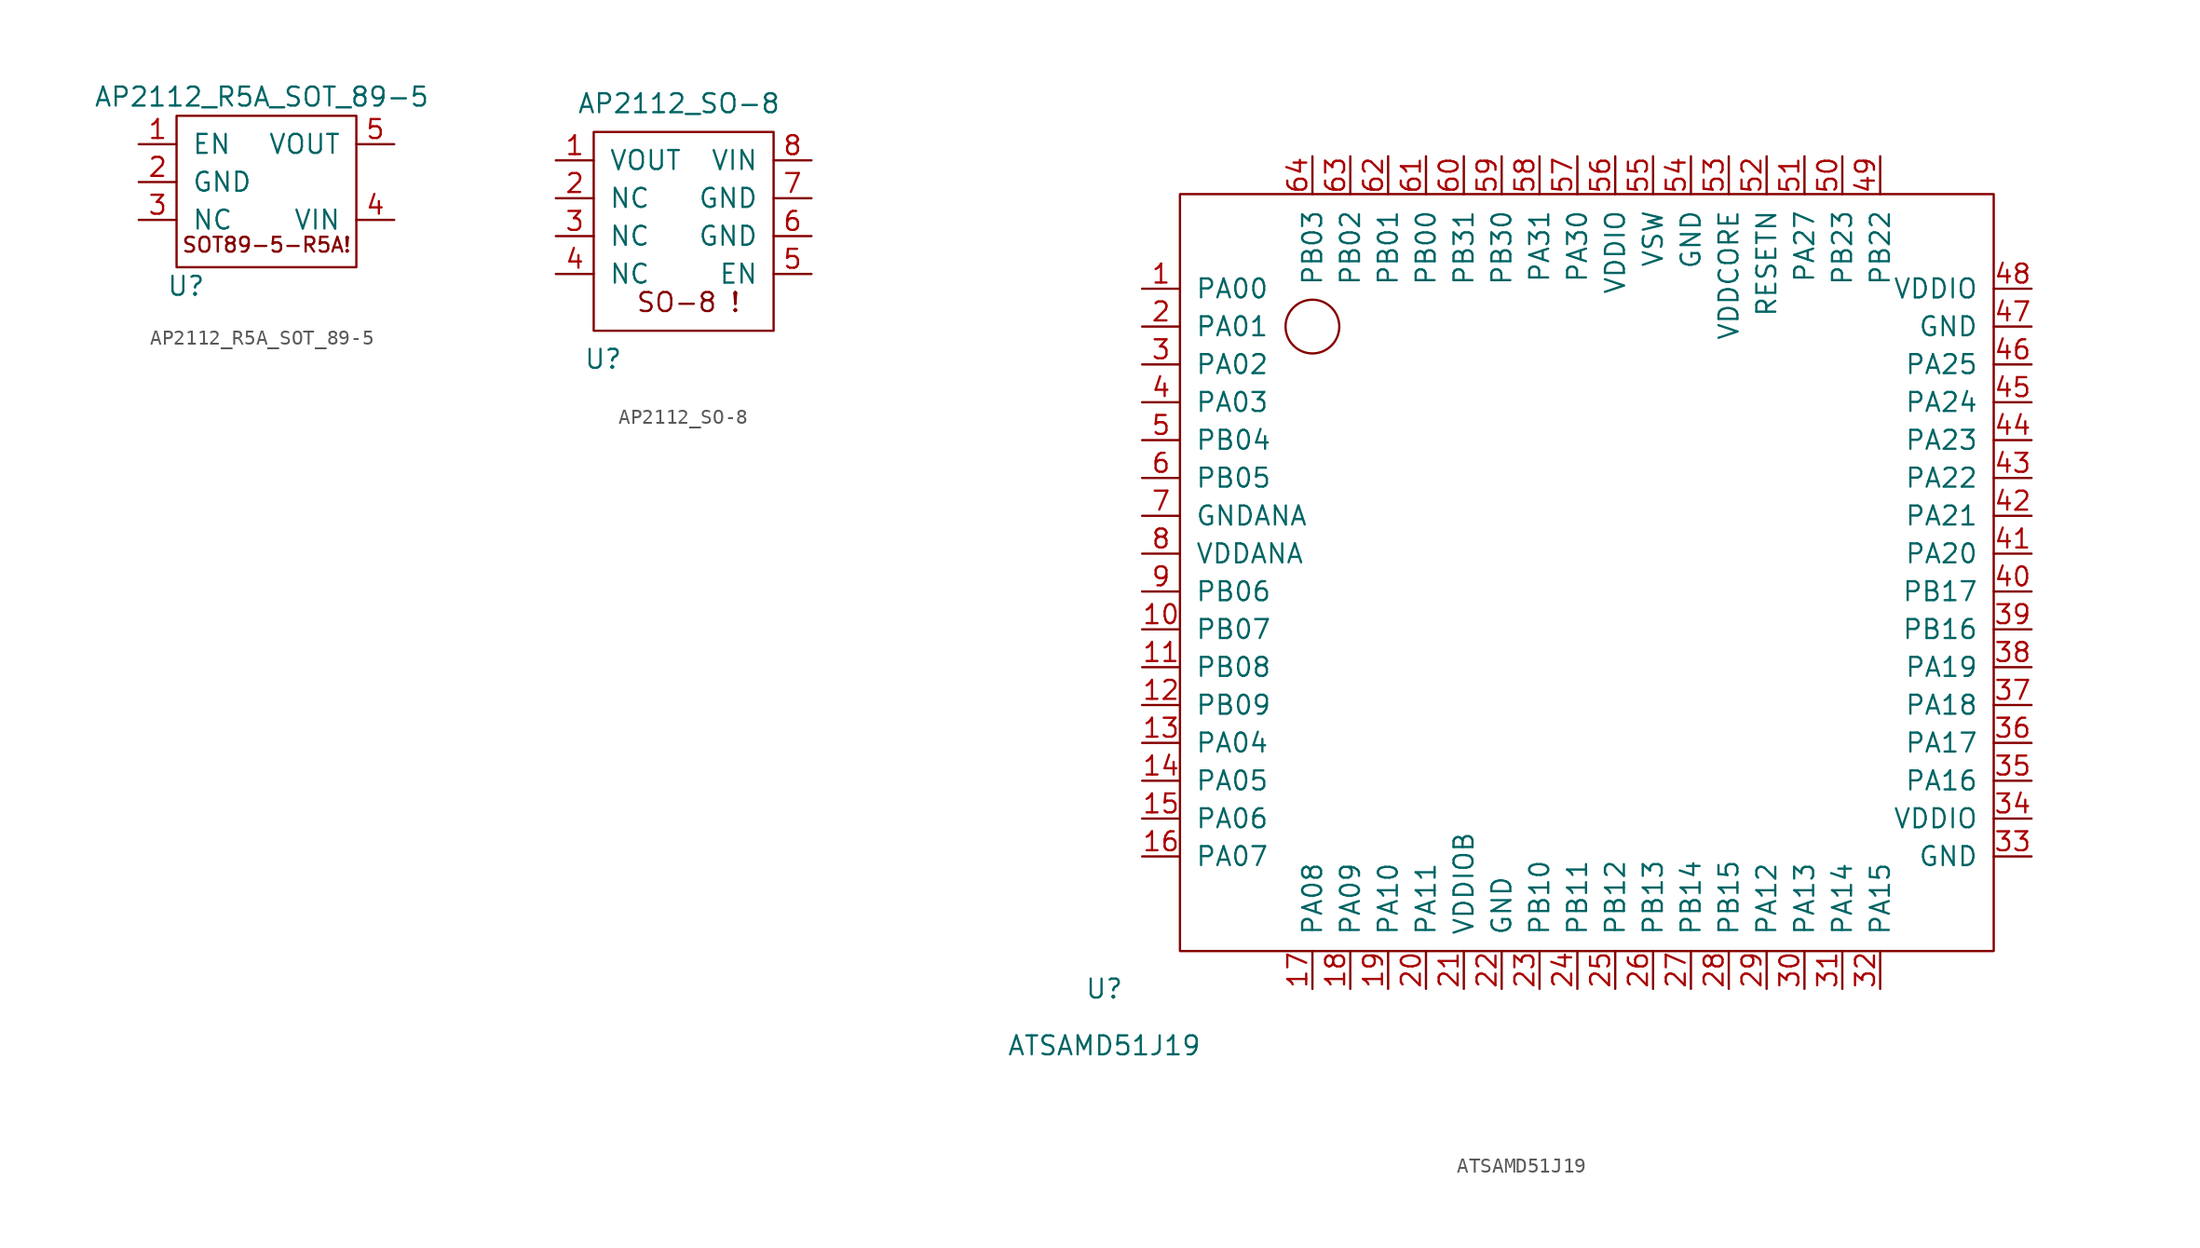
<source format=kicad_sym>
(kicad_symbol_lib
  (version 20211014)
  (generator kicad_symbol_editor)
  (symbol "AP2112_R5A_SOT_89-5"
    (pin_names
      (offset 1.016))
    (property "Reference" "U"
      (at -4.445 -6.35 0)
      (effects (font (size 1.27 1.27))))
    (property "Value" "AP2112_R5A_SOT_89-5"
      (at 0.635 6.35 0)
      (effects (font (size 1.27 1.27))))
    (symbol "AP2112_R5A_SOT_89-5_0_0"
      (text "SOT89-5-R5A!" (at 0.965 -3.581 0) (effects (font (size 0.991 0.991)))))
    (symbol "AP2112_R5A_SOT_89-5_0_1"
      (rectangle (start -5.08 5.08) (end 6.985 -5.08) (stroke (width 0) (type default) (color 0 0 0 0)) (fill (type none))))
    (symbol "AP2112_R5A_SOT_89-5_1_1"
      (pin passive line (at -7.62 3.175 0) (length 2.54) (name "EN" (effects (font (size 1.27 1.27)))) (number "1" (effects (font (size 1.27 1.27)))))
      (pin passive line (at -7.62 0.635 0) (length 2.54) (name "GND" (effects (font (size 1.27 1.27)))) (number "2" (effects (font (size 1.27 1.27)))))
      (pin passive line (at -7.62 -1.905 0) (length 2.54) (name "NC" (effects (font (size 1.27 1.27)))) (number "3" (effects (font (size 1.27 1.27)))))
      (pin passive line (at 9.525 -1.905 180) (length 2.54) (name "VIN" (effects (font (size 1.27 1.27)))) (number "4" (effects (font (size 1.27 1.27)))))
      (pin passive line (at 9.525 3.175 180) (length 2.54) (name "VOUT" (effects (font (size 1.27 1.27)))) (number "5" (effects (font (size 1.27 1.27)))))))
  (symbol "AP2112_SO-8"
    (pin_names
      (offset 1.016))
    (property "Reference" "U"
      (at -5.08 -10.16 0)
      (effects (font (size 1.27 1.27))))
    (property "Value" "AP2112_SO-8"
      (at 0 6.985 0)
      (effects (font (size 1.27 1.27))))
    (symbol "AP2112_SO-8_0_0"
      (text "SO-8 !" (at 0.635 -6.35 0) (effects (font (size 1.27 1.27)))))
    (symbol "AP2112_SO-8_0_1"
      (rectangle (start -5.715 5.08) (end 6.35 -8.255) (stroke (width 0) (type default) (color 0 0 0 0)) (fill (type none))))
    (symbol "AP2112_SO-8_1_1"
      (pin passive line (at -8.255 3.175 0) (length 2.54) (name "VOUT" (effects (font (size 1.27 1.27)))) (number "1" (effects (font (size 1.27 1.27)))))
      (pin passive line (at -8.255 0.635 0) (length 2.54) (name "NC" (effects (font (size 1.27 1.27)))) (number "2" (effects (font (size 1.27 1.27)))))
      (pin passive line (at -8.255 -1.905 0) (length 2.54) (name "NC" (effects (font (size 1.27 1.27)))) (number "3" (effects (font (size 1.27 1.27)))))
      (pin passive line (at -8.255 -4.445 0) (length 2.54) (name "NC" (effects (font (size 1.27 1.27)))) (number "4" (effects (font (size 1.27 1.27)))))
      (pin passive line (at 8.89 -4.445 180) (length 2.54) (name "EN" (effects (font (size 1.27 1.27)))) (number "5" (effects (font (size 1.27 1.27)))))
      (pin passive line (at 8.89 -1.905 180) (length 2.54) (name "GND" (effects (font (size 1.27 1.27)))) (number "6" (effects (font (size 1.27 1.27)))))
      (pin passive line (at 8.89 0.635 180) (length 2.54) (name "GND" (effects (font (size 1.27 1.27)))) (number "7" (effects (font (size 1.27 1.27)))))
      (pin passive line (at 8.89 3.175 180) (length 2.54) (name "VIN" (effects (font (size 1.27 1.27)))) (number "8" (effects (font (size 1.27 1.27)))))))
  (symbol "ATSAMD51J19"
    (pin_names
      (offset 1.016))
    (property "Reference" "U"
      (at -33.02 -27.94 0)
      (effects (font (size 1.27 1.27))))
    (property "Value" "ATSAMD51J19"
      (at -33.02 -31.75 0)
      (effects (font (size 1.27 1.27))))
    (symbol "ATSAMD51J19_0_1"
      (rectangle (start -27.94 25.4) (end 26.67 -25.4) (stroke (width 0) (type default) (color 0 0 0 0)) (fill (type none)))
      (circle (center -19.05 16.51) (radius 1.803) (stroke (width 0) (type default) (color 0 0 0 0)) (fill (type none))))
    (symbol "ATSAMD51J19_1_1"
      (pin bidirectional line (at -30.48 19.05 0) (length 2.54) (name "PA00" (effects (font (size 1.27 1.27)))) (number "1" (effects (font (size 1.27 1.27)))))
      (pin bidirectional line (at -30.48 -3.81 0) (length 2.54) (name "PB07" (effects (font (size 1.27 1.27)))) (number "10" (effects (font (size 1.27 1.27)))))
      (pin bidirectional line (at -30.48 -6.35 0) (length 2.54) (name "PB08" (effects (font (size 1.27 1.27)))) (number "11" (effects (font (size 1.27 1.27)))))
      (pin bidirectional line (at -30.48 -8.89 0) (length 2.54) (name "PB09" (effects (font (size 1.27 1.27)))) (number "12" (effects (font (size 1.27 1.27)))))
      (pin bidirectional line (at -30.48 -11.43 0) (length 2.54) (name "PA04" (effects (font (size 1.27 1.27)))) (number "13" (effects (font (size 1.27 1.27)))))
      (pin bidirectional line (at -30.48 -13.97 0) (length 2.54) (name "PA05" (effects (font (size 1.27 1.27)))) (number "14" (effects (font (size 1.27 1.27)))))
      (pin bidirectional line (at -30.48 -16.51 0) (length 2.54) (name "PA06" (effects (font (size 1.27 1.27)))) (number "15" (effects (font (size 1.27 1.27)))))
      (pin bidirectional line (at -30.48 -19.05 0) (length 2.54) (name "PA07" (effects (font (size 1.27 1.27)))) (number "16" (effects (font (size 1.27 1.27)))))
      (pin bidirectional line (at -19.05 -27.94 90) (length 2.54) (name "PA08" (effects (font (size 1.27 1.27)))) (number "17" (effects (font (size 1.27 1.27)))))
      (pin bidirectional line (at -16.51 -27.94 90) (length 2.54) (name "PA09" (effects (font (size 1.27 1.27)))) (number "18" (effects (font (size 1.27 1.27)))))
      (pin bidirectional line (at -13.97 -27.94 90) (length 2.54) (name "PA10" (effects (font (size 1.27 1.27)))) (number "19" (effects (font (size 1.27 1.27)))))
      (pin bidirectional line (at -30.48 16.51 0) (length 2.54) (name "PA01" (effects (font (size 1.27 1.27)))) (number "2" (effects (font (size 1.27 1.27)))))
      (pin bidirectional line (at -11.43 -27.94 90) (length 2.54) (name "PA11" (effects (font (size 1.27 1.27)))) (number "20" (effects (font (size 1.27 1.27)))))
      (pin bidirectional line (at -8.89 -27.94 90) (length 2.54) (name "VDDIOB" (effects (font (size 1.27 1.27)))) (number "21" (effects (font (size 1.27 1.27)))))
      (pin bidirectional line (at -6.35 -27.94 90) (length 2.54) (name "GND" (effects (font (size 1.27 1.27)))) (number "22" (effects (font (size 1.27 1.27)))))
      (pin bidirectional line (at -3.81 -27.94 90) (length 2.54) (name "PB10" (effects (font (size 1.27 1.27)))) (number "23" (effects (font (size 1.27 1.27)))))
      (pin bidirectional line (at -1.27 -27.94 90) (length 2.54) (name "PB11" (effects (font (size 1.27 1.27)))) (number "24" (effects (font (size 1.27 1.27)))))
      (pin bidirectional line (at 1.27 -27.94 90) (length 2.54) (name "PB12" (effects (font (size 1.27 1.27)))) (number "25" (effects (font (size 1.27 1.27)))))
      (pin bidirectional line (at 3.81 -27.94 90) (length 2.54) (name "PB13" (effects (font (size 1.27 1.27)))) (number "26" (effects (font (size 1.27 1.27)))))
      (pin bidirectional line (at 6.35 -27.94 90) (length 2.54) (name "PB14" (effects (font (size 1.27 1.27)))) (number "27" (effects (font (size 1.27 1.27)))))
      (pin bidirectional line (at 8.89 -27.94 90) (length 2.54) (name "PB15" (effects (font (size 1.27 1.27)))) (number "28" (effects (font (size 1.27 1.27)))))
      (pin bidirectional line (at 11.43 -27.94 90) (length 2.54) (name "PA12" (effects (font (size 1.27 1.27)))) (number "29" (effects (font (size 1.27 1.27)))))
      (pin bidirectional line (at -30.48 13.97 0) (length 2.54) (name "PA02" (effects (font (size 1.27 1.27)))) (number "3" (effects (font (size 1.27 1.27)))))
      (pin bidirectional line (at 13.97 -27.94 90) (length 2.54) (name "PA13" (effects (font (size 1.27 1.27)))) (number "30" (effects (font (size 1.27 1.27)))))
      (pin bidirectional line (at 16.51 -27.94 90) (length 2.54) (name "PA14" (effects (font (size 1.27 1.27)))) (number "31" (effects (font (size 1.27 1.27)))))
      (pin bidirectional line (at 19.05 -27.94 90) (length 2.54) (name "PA15" (effects (font (size 1.27 1.27)))) (number "32" (effects (font (size 1.27 1.27)))))
      (pin bidirectional line (at 29.21 -19.05 180) (length 2.54) (name "GND" (effects (font (size 1.27 1.27)))) (number "33" (effects (font (size 1.27 1.27)))))
      (pin bidirectional line (at 29.21 -16.51 180) (length 2.54) (name "VDDIO" (effects (font (size 1.27 1.27)))) (number "34" (effects (font (size 1.27 1.27)))))
      (pin bidirectional line (at 29.21 -13.97 180) (length 2.54) (name "PA16" (effects (font (size 1.27 1.27)))) (number "35" (effects (font (size 1.27 1.27)))))
      (pin bidirectional line (at 29.21 -11.43 180) (length 2.54) (name "PA17" (effects (font (size 1.27 1.27)))) (number "36" (effects (font (size 1.27 1.27)))))
      (pin bidirectional line (at 29.21 -8.89 180) (length 2.54) (name "PA18" (effects (font (size 1.27 1.27)))) (number "37" (effects (font (size 1.27 1.27)))))
      (pin bidirectional line (at 29.21 -6.35 180) (length 2.54) (name "PA19" (effects (font (size 1.27 1.27)))) (number "38" (effects (font (size 1.27 1.27)))))
      (pin bidirectional line (at 29.21 -3.81 180) (length 2.54) (name "PB16" (effects (font (size 1.27 1.27)))) (number "39" (effects (font (size 1.27 1.27)))))
      (pin bidirectional line (at -30.48 11.43 0) (length 2.54) (name "PA03" (effects (font (size 1.27 1.27)))) (number "4" (effects (font (size 1.27 1.27)))))
      (pin bidirectional line (at 29.21 -1.27 180) (length 2.54) (name "PB17" (effects (font (size 1.27 1.27)))) (number "40" (effects (font (size 1.27 1.27)))))
      (pin bidirectional line (at 29.21 1.27 180) (length 2.54) (name "PA20" (effects (font (size 1.27 1.27)))) (number "41" (effects (font (size 1.27 1.27)))))
      (pin bidirectional line (at 29.21 3.81 180) (length 2.54) (name "PA21" (effects (font (size 1.27 1.27)))) (number "42" (effects (font (size 1.27 1.27)))))
      (pin bidirectional line (at 29.21 6.35 180) (length 2.54) (name "PA22" (effects (font (size 1.27 1.27)))) (number "43" (effects (font (size 1.27 1.27)))))
      (pin bidirectional line (at 29.21 8.89 180) (length 2.54) (name "PA23" (effects (font (size 1.27 1.27)))) (number "44" (effects (font (size 1.27 1.27)))))
      (pin bidirectional line (at 29.21 11.43 180) (length 2.54) (name "PA24" (effects (font (size 1.27 1.27)))) (number "45" (effects (font (size 1.27 1.27)))))
      (pin bidirectional line (at 29.21 13.97 180) (length 2.54) (name "PA25" (effects (font (size 1.27 1.27)))) (number "46" (effects (font (size 1.27 1.27)))))
      (pin bidirectional line (at 29.21 16.51 180) (length 2.54) (name "GND" (effects (font (size 1.27 1.27)))) (number "47" (effects (font (size 1.27 1.27)))))
      (pin bidirectional line (at 29.21 19.05 180) (length 2.54) (name "VDDIO" (effects (font (size 1.27 1.27)))) (number "48" (effects (font (size 1.27 1.27)))))
      (pin bidirectional line (at 19.05 27.94 270) (length 2.54) (name "PB22" (effects (font (size 1.27 1.27)))) (number "49" (effects (font (size 1.27 1.27)))))
      (pin bidirectional line (at -30.48 8.89 0) (length 2.54) (name "PB04" (effects (font (size 1.27 1.27)))) (number "5" (effects (font (size 1.27 1.27)))))
      (pin bidirectional line (at 16.51 27.94 270) (length 2.54) (name "PB23" (effects (font (size 1.27 1.27)))) (number "50" (effects (font (size 1.27 1.27)))))
      (pin bidirectional line (at 13.97 27.94 270) (length 2.54) (name "PA27" (effects (font (size 1.27 1.27)))) (number "51" (effects (font (size 1.27 1.27)))))
      (pin bidirectional line (at 11.43 27.94 270) (length 2.54) (name "RESETN" (effects (font (size 1.27 1.27)))) (number "52" (effects (font (size 1.27 1.27)))))
      (pin bidirectional line (at 8.89 27.94 270) (length 2.54) (name "VDDCORE" (effects (font (size 1.27 1.27)))) (number "53" (effects (font (size 1.27 1.27)))))
      (pin bidirectional line (at 6.35 27.94 270) (length 2.54) (name "GND" (effects (font (size 1.27 1.27)))) (number "54" (effects (font (size 1.27 1.27)))))
      (pin bidirectional line (at 3.81 27.94 270) (length 2.54) (name "VSW" (effects (font (size 1.27 1.27)))) (number "55" (effects (font (size 1.27 1.27)))))
      (pin bidirectional line (at 1.27 27.94 270) (length 2.54) (name "VDDIO" (effects (font (size 1.27 1.27)))) (number "56" (effects (font (size 1.27 1.27)))))
      (pin bidirectional line (at -1.27 27.94 270) (length 2.54) (name "PA30" (effects (font (size 1.27 1.27)))) (number "57" (effects (font (size 1.27 1.27)))))
      (pin bidirectional line (at -3.81 27.94 270) (length 2.54) (name "PA31" (effects (font (size 1.27 1.27)))) (number "58" (effects (font (size 1.27 1.27)))))
      (pin bidirectional line (at -6.35 27.94 270) (length 2.54) (name "PB30" (effects (font (size 1.27 1.27)))) (number "59" (effects (font (size 1.27 1.27)))))
      (pin bidirectional line (at -30.48 6.35 0) (length 2.54) (name "PB05" (effects (font (size 1.27 1.27)))) (number "6" (effects (font (size 1.27 1.27)))))
      (pin bidirectional line (at -8.89 27.94 270) (length 2.54) (name "PB31" (effects (font (size 1.27 1.27)))) (number "60" (effects (font (size 1.27 1.27)))))
      (pin bidirectional line (at -11.43 27.94 270) (length 2.54) (name "PB00" (effects (font (size 1.27 1.27)))) (number "61" (effects (font (size 1.27 1.27)))))
      (pin bidirectional line (at -13.97 27.94 270) (length 2.54) (name "PB01" (effects (font (size 1.27 1.27)))) (number "62" (effects (font (size 1.27 1.27)))))
      (pin bidirectional line (at -16.51 27.94 270) (length 2.54) (name "PB02" (effects (font (size 1.27 1.27)))) (number "63" (effects (font (size 1.27 1.27)))))
      (pin bidirectional line (at -19.05 27.94 270) (length 2.54) (name "PB03" (effects (font (size 1.27 1.27)))) (number "64" (effects (font (size 1.27 1.27)))))
      (pin bidirectional line (at -30.48 3.81 0) (length 2.54) (name "GNDANA" (effects (font (size 1.27 1.27)))) (number "7" (effects (font (size 1.27 1.27)))))
      (pin bidirectional line (at -30.48 1.27 0) (length 2.54) (name "VDDANA" (effects (font (size 1.27 1.27)))) (number "8" (effects (font (size 1.27 1.27)))))
      (pin bidirectional line (at -30.48 -1.27 0) (length 2.54) (name "PB06" (effects (font (size 1.27 1.27)))) (number "9" (effects (font (size 1.27 1.27))))))))
</source>
